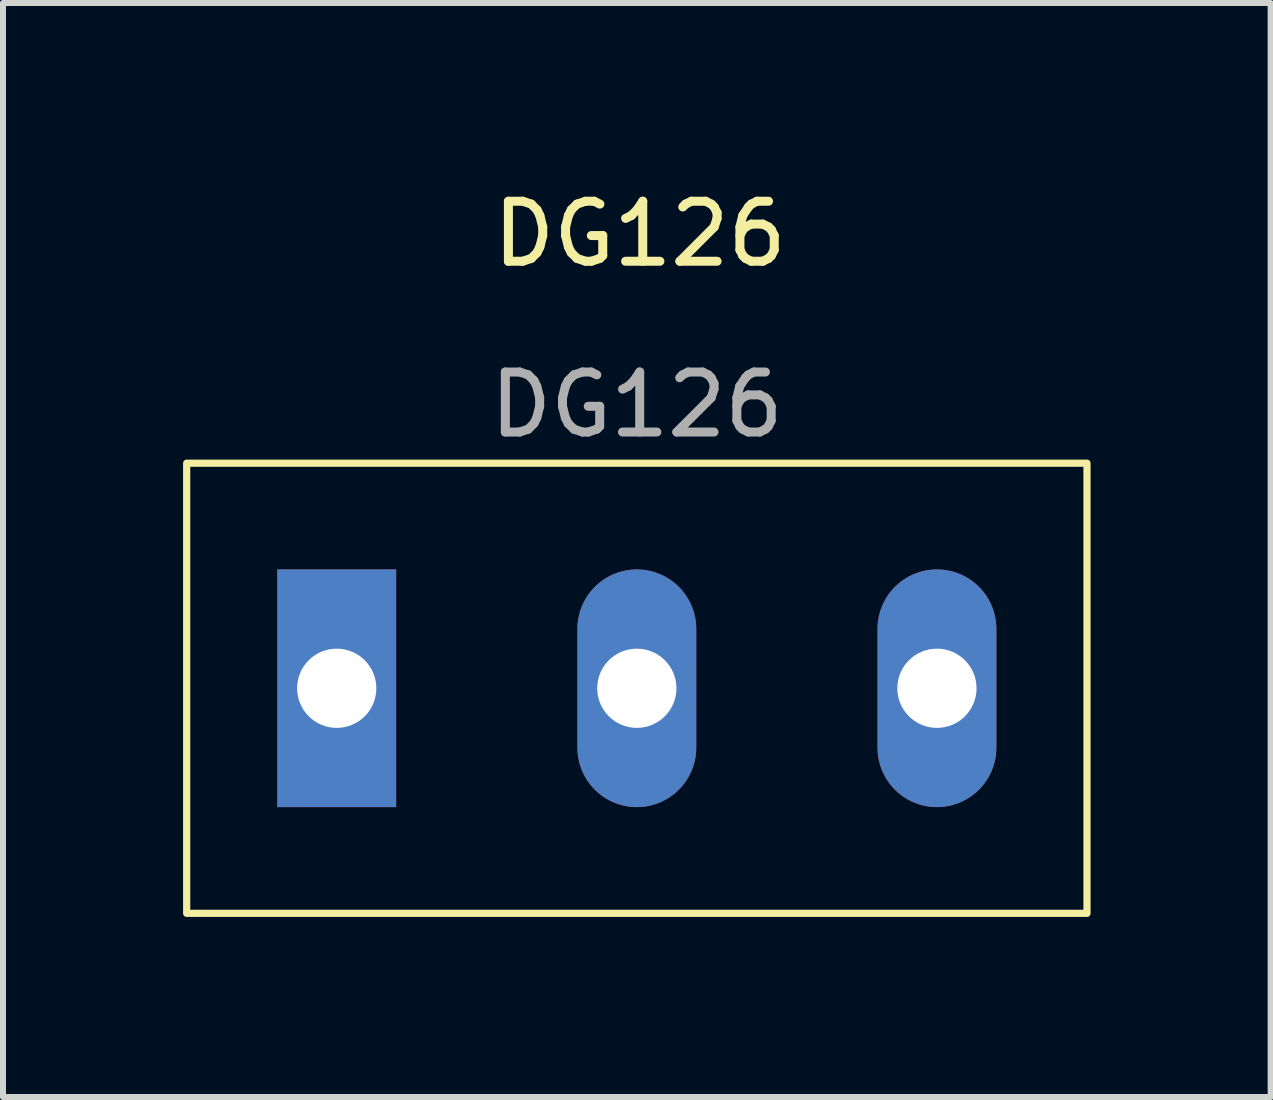
<source format=kicad_pcb>
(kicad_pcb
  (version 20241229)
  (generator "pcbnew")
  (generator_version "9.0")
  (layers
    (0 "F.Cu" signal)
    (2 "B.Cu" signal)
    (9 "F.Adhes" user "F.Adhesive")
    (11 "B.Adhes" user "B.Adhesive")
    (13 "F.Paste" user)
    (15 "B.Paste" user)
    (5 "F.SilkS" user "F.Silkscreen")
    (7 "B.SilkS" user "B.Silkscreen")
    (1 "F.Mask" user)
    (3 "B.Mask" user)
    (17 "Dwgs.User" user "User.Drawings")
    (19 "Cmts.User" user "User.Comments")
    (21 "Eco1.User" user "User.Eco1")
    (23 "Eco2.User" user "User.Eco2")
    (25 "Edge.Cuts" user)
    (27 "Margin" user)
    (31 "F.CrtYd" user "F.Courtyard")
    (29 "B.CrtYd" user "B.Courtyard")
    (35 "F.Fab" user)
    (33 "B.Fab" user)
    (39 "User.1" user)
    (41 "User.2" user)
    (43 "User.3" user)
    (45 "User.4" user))
  (footprint "DG126"
    (layer "F.Cu")
    (at 7.56 8.417)
    (property "Reference" "DG126" (at 0.051 -7.569 0) (unlocked yes) (layer "F.SilkS") (effects (font (size 1 1) (thickness 0.15))))
    (attr through_hole)
    (fp_rect (start -7.5 -3.75) (end 7.5 3.75) (stroke (width 0.12) (type solid)) (fill no) (layer "F.SilkS"))
    (fp_text user "${REFERENCE}" (at 0 -4.724 0) (unlocked yes) (layer "F.Fab") (effects (font (size 1 1) (thickness 0.15))))
    (pad "1" thru_hole rect (at -5 0) (size 1.98 3.96) (drill 1.32) (layers "*.Cu" "*.Mask"))
    (pad "2" thru_hole oval (at 0 0) (size 1.98 3.96) (drill 1.32) (layers "*.Cu" "*.Mask"))
    (pad "3" thru_hole oval (at 5 0) (size 1.98 3.96) (drill 1.32) (layers "*.Cu" "*.Mask")))
  (gr_rect
    (start -3 -3)
    (end 18.12 15.227)
    (stroke (width 0.1) (type default))
    (fill no)
    (layer "Edge.Cuts")))
</source>
